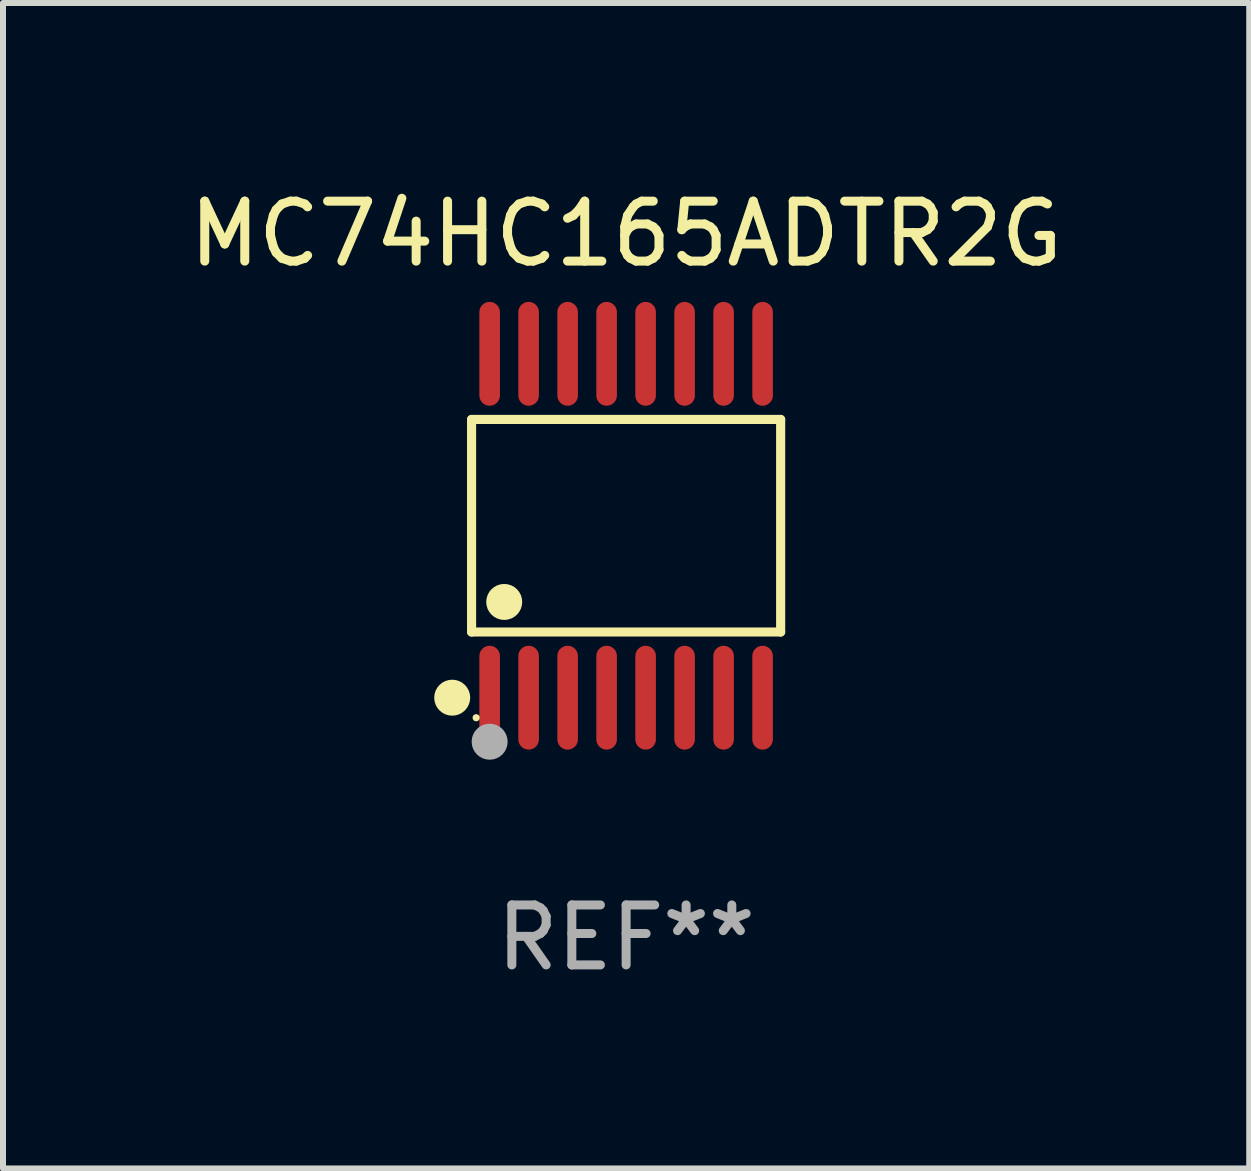
<source format=kicad_pcb>
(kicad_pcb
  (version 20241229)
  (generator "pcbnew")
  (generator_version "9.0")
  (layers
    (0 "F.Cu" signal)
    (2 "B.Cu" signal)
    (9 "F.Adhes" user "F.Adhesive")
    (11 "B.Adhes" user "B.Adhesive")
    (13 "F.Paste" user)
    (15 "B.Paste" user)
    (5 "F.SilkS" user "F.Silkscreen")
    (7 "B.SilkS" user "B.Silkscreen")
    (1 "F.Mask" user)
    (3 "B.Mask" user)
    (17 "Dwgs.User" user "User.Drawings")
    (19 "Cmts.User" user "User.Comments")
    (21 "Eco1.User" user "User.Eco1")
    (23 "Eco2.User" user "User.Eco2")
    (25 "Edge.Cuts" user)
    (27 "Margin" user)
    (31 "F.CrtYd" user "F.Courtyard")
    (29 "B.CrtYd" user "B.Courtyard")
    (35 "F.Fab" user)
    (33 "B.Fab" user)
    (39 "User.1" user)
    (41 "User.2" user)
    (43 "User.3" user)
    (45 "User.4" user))
  (footprint "MC74HC165ADTR2G"
    (layer "F.Cu")
    (at 7.387 5.714)
    (property "Reference" "MC74HC165ADTR2G" (at 0 -4.866 0) (layer "F.SilkS") (effects (font (size 1 1) (thickness 0.15))))
    (attr through_hole)
    (fp_line (start -2.576 -1.772) (end 2.576 -1.772) (stroke (width 0.152) (type solid)) (layer "F.SilkS"))
    (fp_line (start -2.576 1.771) (end -2.576 -1.772) (stroke (width 0.152) (type solid)) (layer "F.SilkS"))
    (fp_line (start 2.576 -1.772) (end 2.576 1.771) (stroke (width 0.152) (type solid)) (layer "F.SilkS"))
    (fp_line (start 2.576 1.771) (end -2.576 1.771) (stroke (width 0.152) (type solid)) (layer "F.SilkS"))
    (fp_circle (center -2.899 2.866) (end -2.749 2.866) (stroke (width 0.3) (type solid)) (fill no) (layer "F.SilkS"))
    (fp_circle (center -2.5 3.2) (end -2.47 3.2) (stroke (width 0.06) (type solid)) (fill no) (layer "F.SilkS"))
    (fp_circle (center -2.032 1.27) (end -1.882 1.27) (stroke (width 0.3) (type solid)) (fill no) (layer "F.SilkS"))
    (fp_circle (center -2.275 3.6) (end -2.125 3.6) (stroke (width 0.3) (type solid)) (fill no) (layer "F.Fab"))
    (fp_text user "REF**" (at 0 6.866 0) (layer "F.Fab") (effects (font (size 1 1) (thickness 0.15))))
    (pad "1" smd oval (at -2.275 2.866) (size 0.343 1.731) (layers "F.Cu" "F.Mask" "F.Paste"))
    (pad "2" smd oval (at -1.625 2.866) (size 0.343 1.731) (layers "F.Cu" "F.Mask" "F.Paste"))
    (pad "3" smd oval (at -0.975 2.866) (size 0.343 1.731) (layers "F.Cu" "F.Mask" "F.Paste"))
    (pad "4" smd oval (at -0.325 2.866) (size 0.343 1.731) (layers "F.Cu" "F.Mask" "F.Paste"))
    (pad "5" smd oval (at 0.325 2.866) (size 0.343 1.731) (layers "F.Cu" "F.Mask" "F.Paste"))
    (pad "6" smd oval (at 0.975 2.866) (size 0.343 1.731) (layers "F.Cu" "F.Mask" "F.Paste"))
    (pad "7" smd oval (at 1.625 2.866) (size 0.343 1.731) (layers "F.Cu" "F.Mask" "F.Paste"))
    (pad "8" smd oval (at 2.275 2.866) (size 0.343 1.731) (layers "F.Cu" "F.Mask" "F.Paste"))
    (pad "9" smd oval (at 2.275 -2.866) (size 0.343 1.731) (layers "F.Cu" "F.Mask" "F.Paste"))
    (pad "10" smd oval (at 1.625 -2.866) (size 0.343 1.731) (layers "F.Cu" "F.Mask" "F.Paste"))
    (pad "11" smd oval (at 0.975 -2.866) (size 0.343 1.731) (layers "F.Cu" "F.Mask" "F.Paste"))
    (pad "12" smd oval (at 0.325 -2.866) (size 0.343 1.731) (layers "F.Cu" "F.Mask" "F.Paste"))
    (pad "13" smd oval (at -0.325 -2.866) (size 0.343 1.731) (layers "F.Cu" "F.Mask" "F.Paste"))
    (pad "14" smd oval (at -0.975 -2.866) (size 0.343 1.731) (layers "F.Cu" "F.Mask" "F.Paste"))
    (pad "15" smd oval (at -1.625 -2.866) (size 0.343 1.731) (layers "F.Cu" "F.Mask" "F.Paste"))
    (pad "16" smd oval (at -2.275 -2.866) (size 0.343 1.731) (layers "F.Cu" "F.Mask" "F.Paste")))
  (gr_rect
    (start -3 -3)
    (end 17.774 16.428)
    (stroke (width 0.1) (type default))
    (fill no)
    (layer "Edge.Cuts")))
</source>
